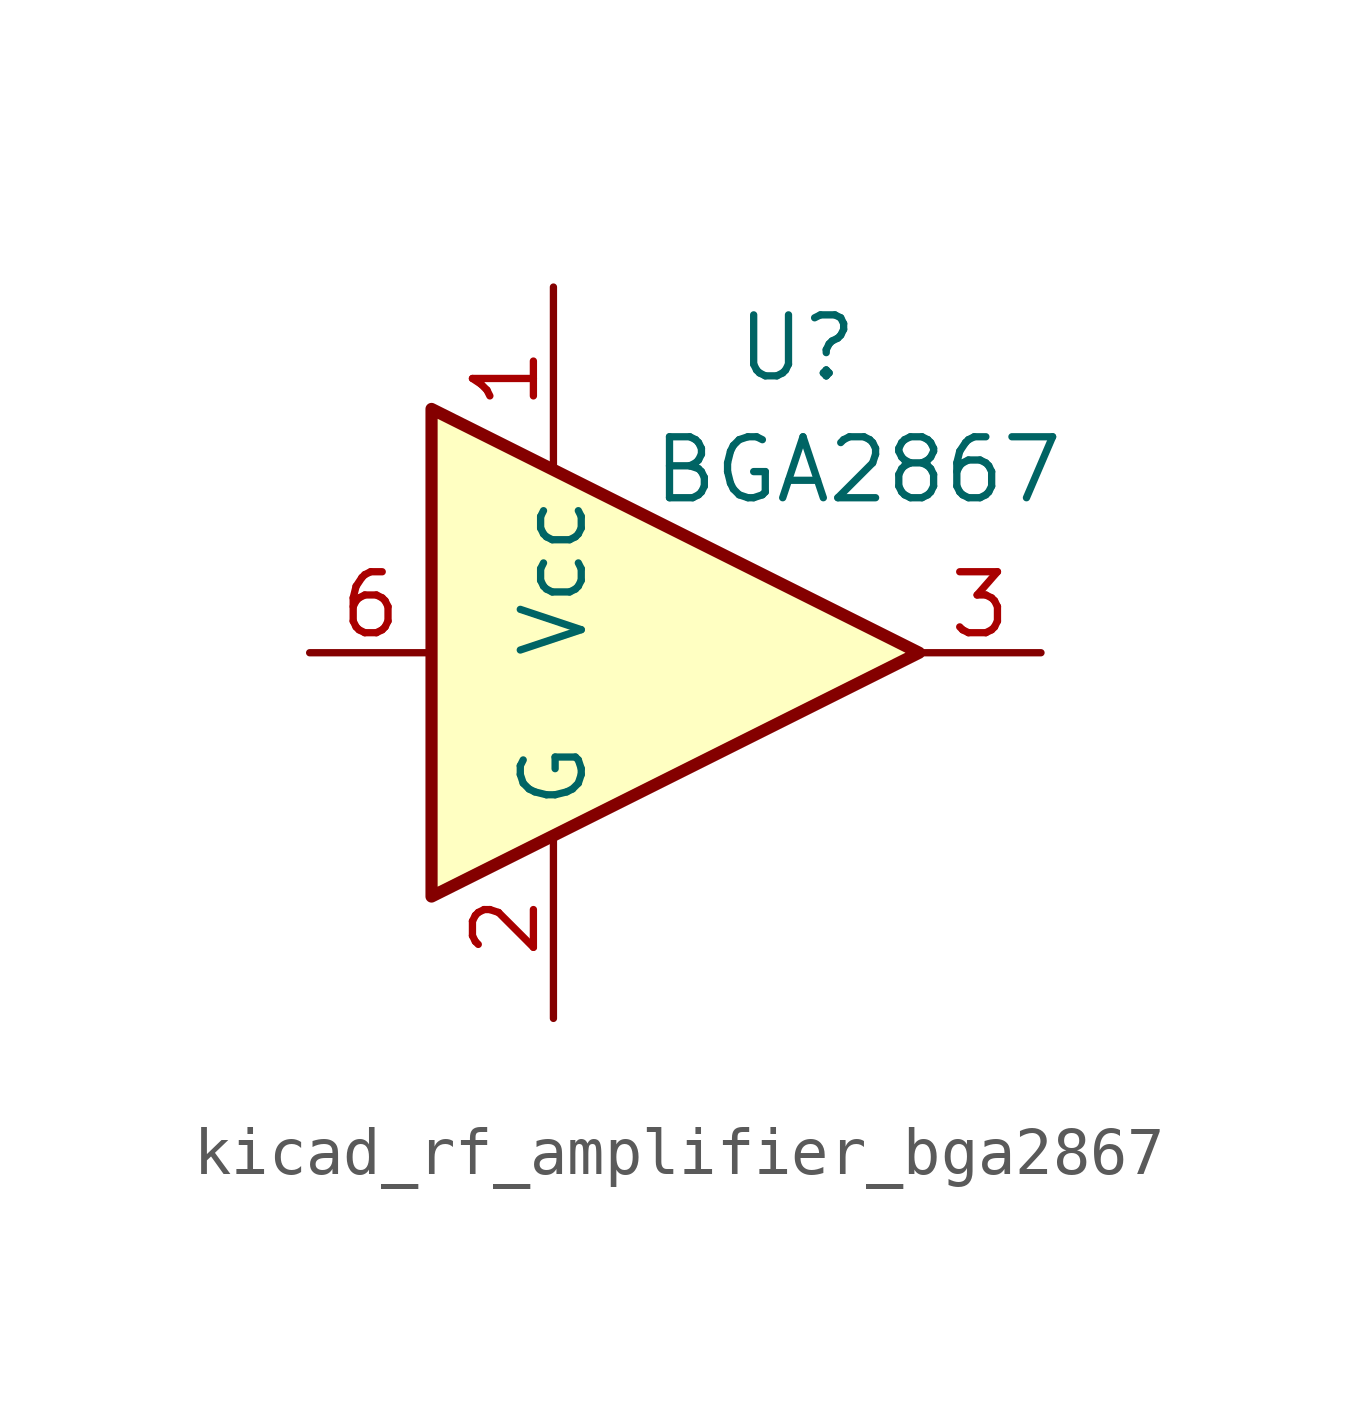
<source format=kicad_sym>
(kicad_symbol_lib
  (version 20220914)
  (generator kicad_symbol_editor)
  (symbol "kicad_rf_amplifier_bga2867"
    (property "Reference" "U"
      (at 2.54 6.35 0)
      (effects (font (size 1.27 1.27))))
    (property "Value" "BGA2867"
      (at 3.81 3.81 0)
      (effects (font (size 1.27 1.27))))
    (symbol "kicad_rf_amplifier_bga2867_0_1"
      (polyline (pts (xy 5.08 0) (xy -5.08 5.08) (xy -5.08 -5.08) (xy 5.08 0)) (stroke (width 0.254) (type default)) (fill (type background))))
    (symbol "kicad_rf_amplifier_bga2867_1_1"
      (pin power_in line (at -2.54 7.62 270) (length 3.81) (name "Vcc" (effects (font (size 1.27 1.27)))) (number "1" (effects (font (size 1.27 1.27)))))
      (pin power_in line (at -2.54 -7.62 90) (length 3.81) (name "G" (effects (font (size 1.27 1.27)))) (number "2" (effects (font (size 1.27 1.27)))))
      (pin output line (at 7.62 0 180) (length 2.54) (name "~" (effects (font (size 1.27 1.27)))) (number "3" (effects (font (size 1.27 1.27)))))
      (pin passive line (at -2.54 -7.62 90) (length 3.81) hide (name "G" (effects (font (size 1.27 1.27)))) (number "4" (effects (font (size 1.27 1.27)))))
      (pin passive line (at -2.54 -7.62 90) (length 3.81) hide (name "G" (effects (font (size 1.27 1.27)))) (number "5" (effects (font (size 1.27 1.27)))))
      (pin input line (at -7.62 0 0) (length 2.54) (name "~" (effects (font (size 1.27 1.27)))) (number "6" (effects (font (size 1.27 1.27))))))))
</source>
